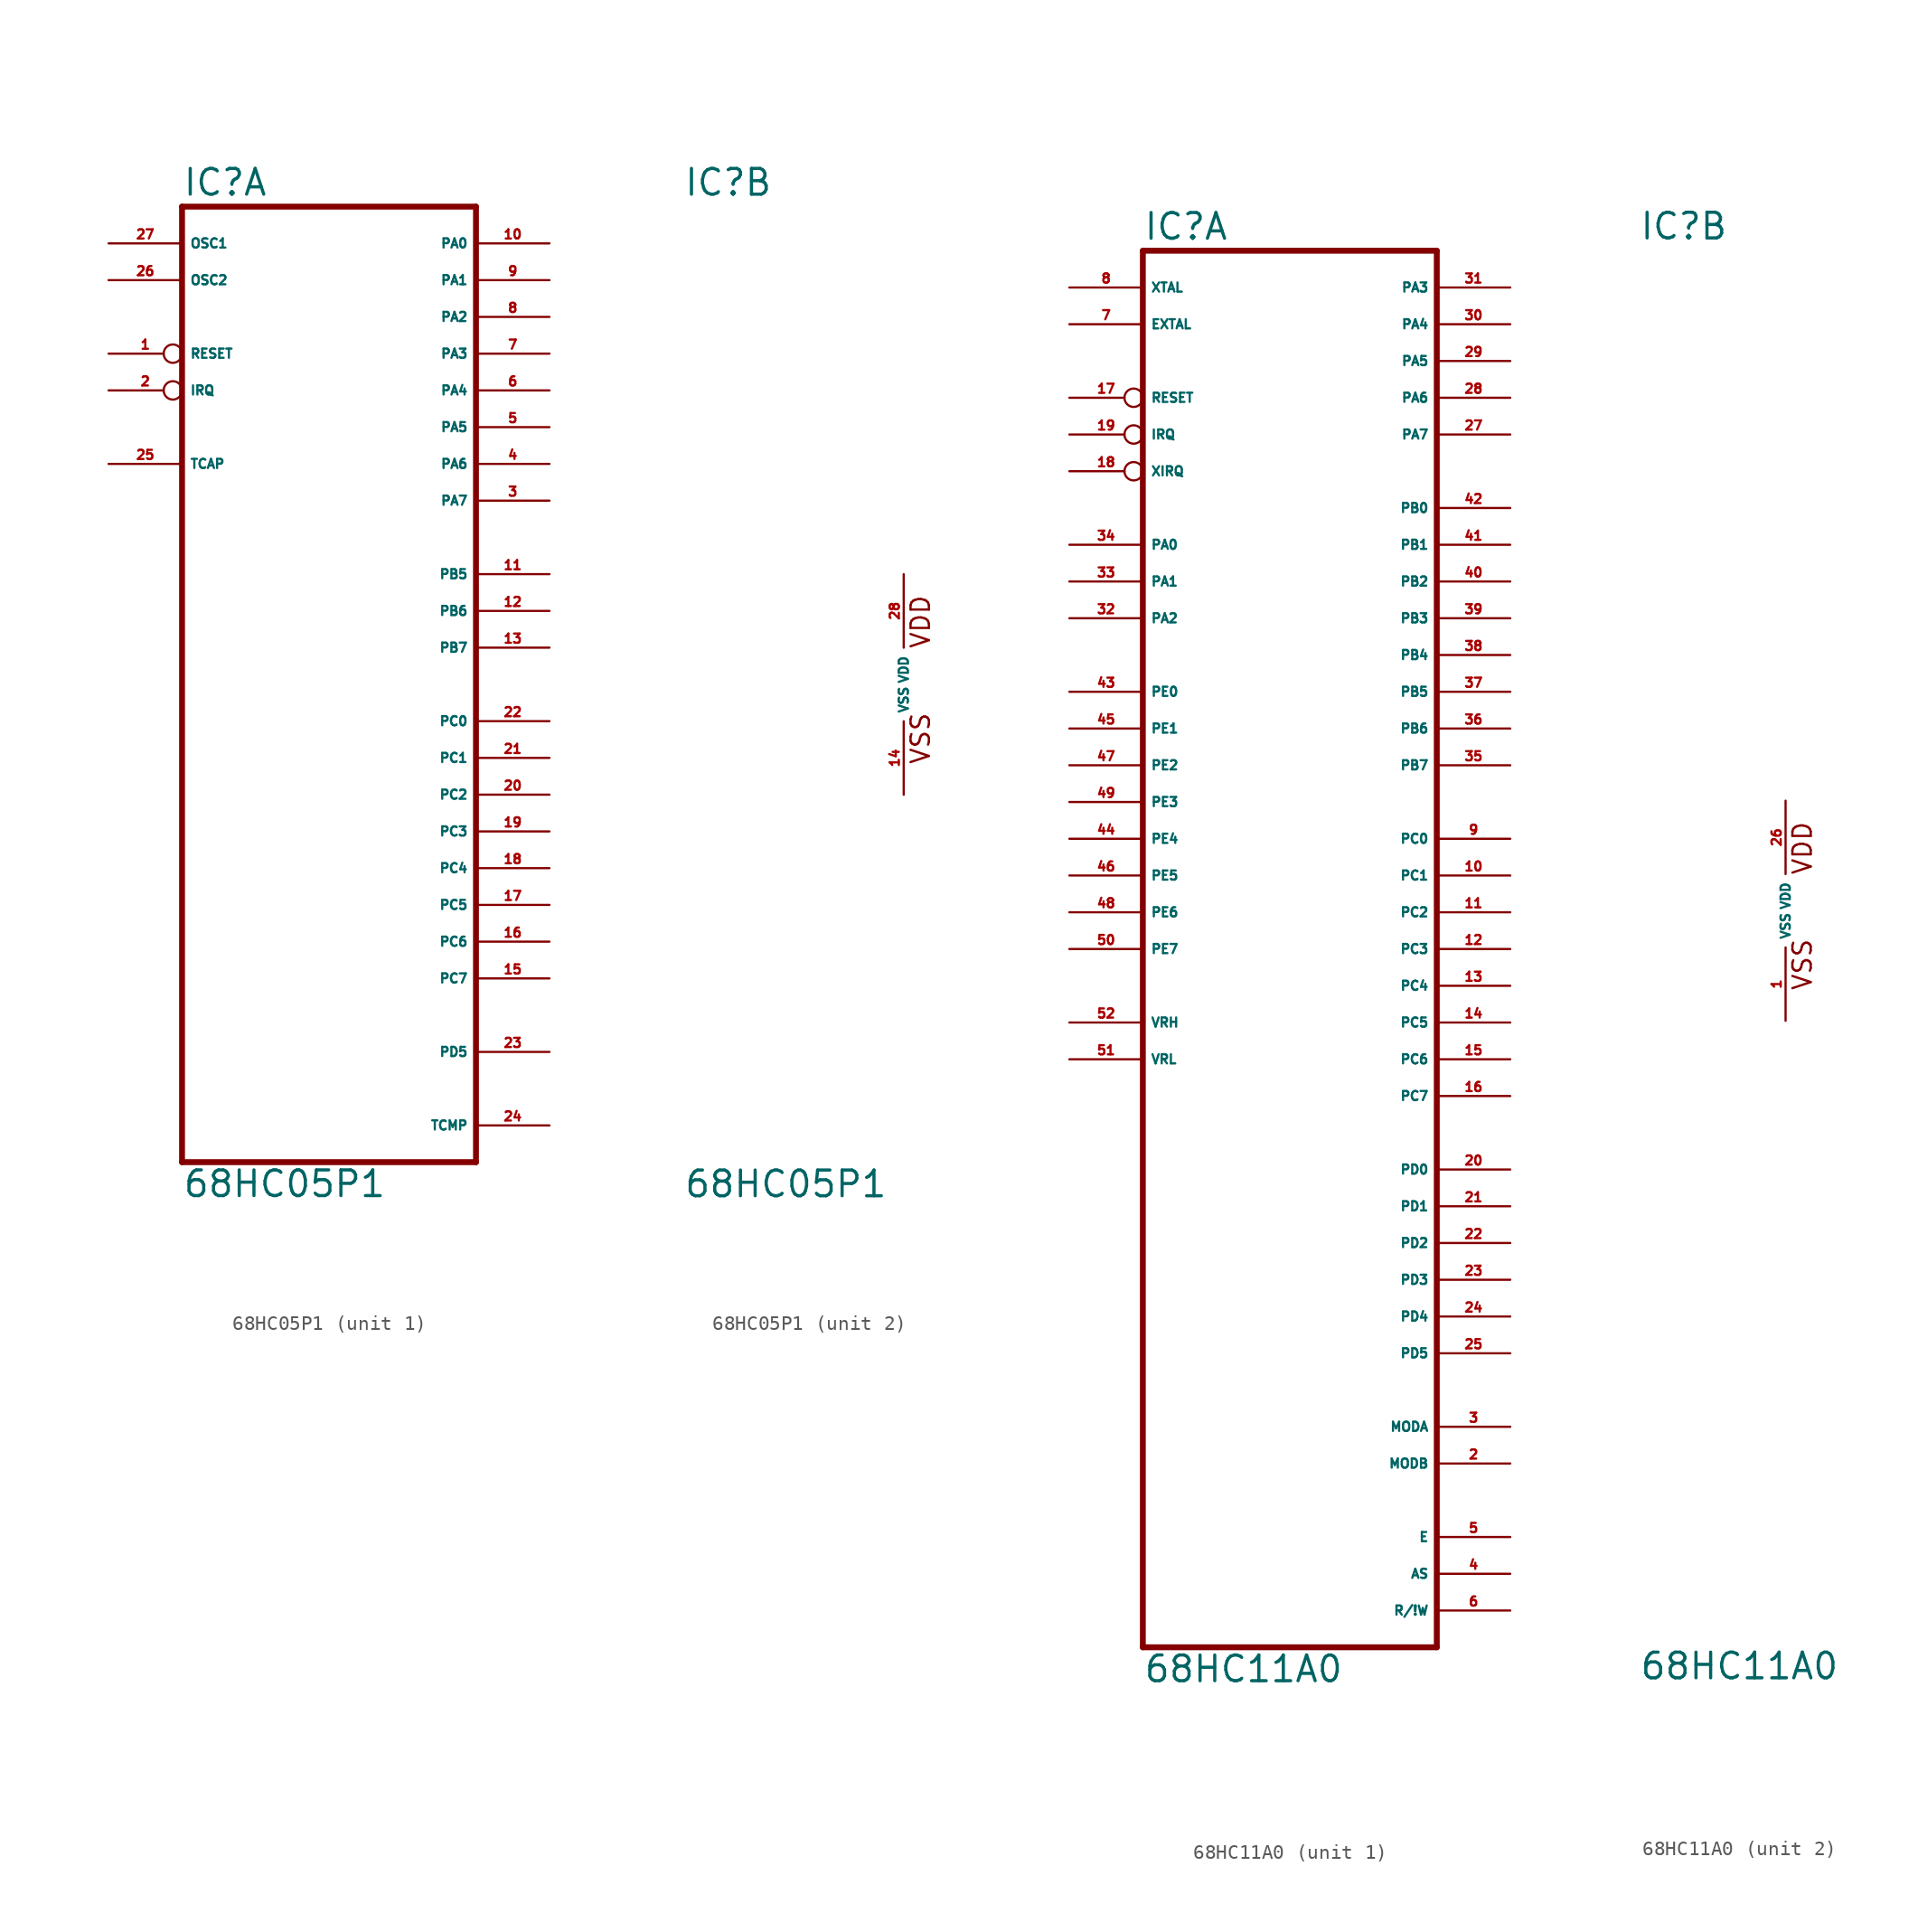
<source format=kicad_sym>
(kicad_symbol_lib
  (version 20220914)
  (generator Eagle2Kicad)
  (symbol "68HC05P1"
    (property "Reference" "IC"
      (at -15.24 33.655 0)
      (effects (font (size 1.778 1.778) (thickness 0.22)) (justify left bottom)))
    (property "Value" "68HC05P1"
      (at -15.24 -35.56 0)
      (effects (font (size 1.778 1.778) (thickness 0.22)) (justify left bottom)))
    (symbol "68HC05P1_1_0"
      (polyline (pts (xy -15.24 -33.02) (xy 5.08 -33.02)) (stroke (width 0.406) (type default)) (fill (type none)))
      (polyline (pts (xy 5.08 -33.02) (xy 5.08 33.02)) (stroke (width 0.406) (type default)) (fill (type none)))
      (polyline (pts (xy 5.08 33.02) (xy -15.24 33.02)) (stroke (width 0.406) (type default)) (fill (type none)))
      (polyline (pts (xy -15.24 33.02) (xy -15.24 -33.02)) (stroke (width 0.406) (type default)) (fill (type none)))
      (pin input inverted (at -20.32 22.86 0) (length 5.08) (name "RESET" (effects (font (size 0.635 0.635) (thickness 0.08)) (justify left bottom))) (number "1" (effects (font (size 0.635 0.635) (thickness 0.08)) (justify left bottom))))
      (pin input inverted (at -20.32 20.32 0) (length 5.08) (name "IRQ" (effects (font (size 0.635 0.635) (thickness 0.08)) (justify left bottom))) (number "2" (effects (font (size 0.635 0.635) (thickness 0.08)) (justify left bottom))))
      (pin bidirectional line (at 10.16 12.7 180) (length 5.08) (name "PA7" (effects (font (size 0.635 0.635) (thickness 0.08)) (justify left bottom))) (number "3" (effects (font (size 0.635 0.635) (thickness 0.08)) (justify left bottom))))
      (pin bidirectional line (at 10.16 15.24 180) (length 5.08) (name "PA6" (effects (font (size 0.635 0.635) (thickness 0.08)) (justify left bottom))) (number "4" (effects (font (size 0.635 0.635) (thickness 0.08)) (justify left bottom))))
      (pin bidirectional line (at 10.16 17.78 180) (length 5.08) (name "PA5" (effects (font (size 0.635 0.635) (thickness 0.08)) (justify left bottom))) (number "5" (effects (font (size 0.635 0.635) (thickness 0.08)) (justify left bottom))))
      (pin bidirectional line (at 10.16 20.32 180) (length 5.08) (name "PA4" (effects (font (size 0.635 0.635) (thickness 0.08)) (justify left bottom))) (number "6" (effects (font (size 0.635 0.635) (thickness 0.08)) (justify left bottom))))
      (pin bidirectional line (at 10.16 22.86 180) (length 5.08) (name "PA3" (effects (font (size 0.635 0.635) (thickness 0.08)) (justify left bottom))) (number "7" (effects (font (size 0.635 0.635) (thickness 0.08)) (justify left bottom))))
      (pin bidirectional line (at 10.16 25.4 180) (length 5.08) (name "PA2" (effects (font (size 0.635 0.635) (thickness 0.08)) (justify left bottom))) (number "8" (effects (font (size 0.635 0.635) (thickness 0.08)) (justify left bottom))))
      (pin bidirectional line (at 10.16 27.94 180) (length 5.08) (name "PA1" (effects (font (size 0.635 0.635) (thickness 0.08)) (justify left bottom))) (number "9" (effects (font (size 0.635 0.635) (thickness 0.08)) (justify left bottom))))
      (pin bidirectional line (at 10.16 30.48 180) (length 5.08) (name "PA0" (effects (font (size 0.635 0.635) (thickness 0.08)) (justify left bottom))) (number "10" (effects (font (size 0.635 0.635) (thickness 0.08)) (justify left bottom))))
      (pin bidirectional line (at 10.16 7.62 180) (length 5.08) (name "PB5" (effects (font (size 0.635 0.635) (thickness 0.08)) (justify left bottom))) (number "11" (effects (font (size 0.635 0.635) (thickness 0.08)) (justify left bottom))))
      (pin bidirectional line (at 10.16 5.08 180) (length 5.08) (name "PB6" (effects (font (size 0.635 0.635) (thickness 0.08)) (justify left bottom))) (number "12" (effects (font (size 0.635 0.635) (thickness 0.08)) (justify left bottom))))
      (pin bidirectional line (at 10.16 2.54 180) (length 5.08) (name "PB7" (effects (font (size 0.635 0.635) (thickness 0.08)) (justify left bottom))) (number "13" (effects (font (size 0.635 0.635) (thickness 0.08)) (justify left bottom))))
      (pin bidirectional line (at 10.16 -20.32 180) (length 5.08) (name "PC7" (effects (font (size 0.635 0.635) (thickness 0.08)) (justify left bottom))) (number "15" (effects (font (size 0.635 0.635) (thickness 0.08)) (justify left bottom))))
      (pin bidirectional line (at 10.16 -17.78 180) (length 5.08) (name "PC6" (effects (font (size 0.635 0.635) (thickness 0.08)) (justify left bottom))) (number "16" (effects (font (size 0.635 0.635) (thickness 0.08)) (justify left bottom))))
      (pin bidirectional line (at 10.16 -15.24 180) (length 5.08) (name "PC5" (effects (font (size 0.635 0.635) (thickness 0.08)) (justify left bottom))) (number "17" (effects (font (size 0.635 0.635) (thickness 0.08)) (justify left bottom))))
      (pin bidirectional line (at 10.16 -12.7 180) (length 5.08) (name "PC4" (effects (font (size 0.635 0.635) (thickness 0.08)) (justify left bottom))) (number "18" (effects (font (size 0.635 0.635) (thickness 0.08)) (justify left bottom))))
      (pin bidirectional line (at 10.16 -10.16 180) (length 5.08) (name "PC3" (effects (font (size 0.635 0.635) (thickness 0.08)) (justify left bottom))) (number "19" (effects (font (size 0.635 0.635) (thickness 0.08)) (justify left bottom))))
      (pin bidirectional line (at 10.16 -7.62 180) (length 5.08) (name "PC2" (effects (font (size 0.635 0.635) (thickness 0.08)) (justify left bottom))) (number "20" (effects (font (size 0.635 0.635) (thickness 0.08)) (justify left bottom))))
      (pin bidirectional line (at 10.16 -5.08 180) (length 5.08) (name "PC1" (effects (font (size 0.635 0.635) (thickness 0.08)) (justify left bottom))) (number "21" (effects (font (size 0.635 0.635) (thickness 0.08)) (justify left bottom))))
      (pin bidirectional line (at 10.16 -2.54 180) (length 5.08) (name "PC0" (effects (font (size 0.635 0.635) (thickness 0.08)) (justify left bottom))) (number "22" (effects (font (size 0.635 0.635) (thickness 0.08)) (justify left bottom))))
      (pin bidirectional line (at 10.16 -25.4 180) (length 5.08) (name "PD5" (effects (font (size 0.635 0.635) (thickness 0.08)) (justify left bottom))) (number "23" (effects (font (size 0.635 0.635) (thickness 0.08)) (justify left bottom))))
      (pin output line (at 10.16 -30.48 180) (length 5.08) (name "TCMP" (effects (font (size 0.635 0.635) (thickness 0.08)) (justify left bottom))) (number "24" (effects (font (size 0.635 0.635) (thickness 0.08)) (justify left bottom))))
      (pin input line (at -20.32 15.24 0) (length 5.08) (name "TCAP" (effects (font (size 0.635 0.635) (thickness 0.08)) (justify left bottom))) (number "25" (effects (font (size 0.635 0.635) (thickness 0.08)) (justify left bottom))))
      (pin passive line (at -20.32 27.94 0) (length 5.08) (name "OSC2" (effects (font (size 0.635 0.635) (thickness 0.08)) (justify left bottom))) (number "26" (effects (font (size 0.635 0.635) (thickness 0.08)) (justify left bottom))))
      (pin input line (at -20.32 30.48 0) (length 5.08) (name "OSC1" (effects (font (size 0.635 0.635) (thickness 0.08)) (justify left bottom))) (number "27" (effects (font (size 0.635 0.635) (thickness 0.08)) (justify left bottom)))))
    (symbol "68HC05P1_2_0"
      (text "VSS" (at 1.905 -5.588 900) (effects (font (size 1.27 1.27) (thickness 0.16)) (justify left bottom)))
      (text "VDD" (at 1.905 2.413 900) (effects (font (size 1.27 1.27) (thickness 0.16)) (justify left bottom)))
      (pin unspecified line (at 0 -7.62 90) (length 5.08) (name "VSS" (effects (font (size 0.635 0.635) (thickness 0.08)) (justify left bottom))) (number "14" (effects (font (size 0.635 0.635) (thickness 0.08)) (justify left bottom))))
      (pin unspecified line (at 0 7.62 270) (length 5.08) (name "VDD" (effects (font (size 0.635 0.635) (thickness 0.08)) (justify left bottom))) (number "28" (effects (font (size 0.635 0.635) (thickness 0.08)) (justify left bottom))))))
  (symbol "68HC11A0"
    (property "Reference" "IC"
      (at -10.16 46.355 0)
      (effects (font (size 1.778 1.778) (thickness 0.22)) (justify left bottom)))
    (property "Value" "68HC11A0"
      (at -10.16 -53.34 0)
      (effects (font (size 1.778 1.778) (thickness 0.22)) (justify left bottom)))
    (symbol "68HC11A0_1_0"
      (polyline (pts (xy -10.16 -50.8) (xy 10.16 -50.8)) (stroke (width 0.406) (type default)) (fill (type none)))
      (polyline (pts (xy 10.16 -50.8) (xy 10.16 45.72)) (stroke (width 0.406) (type default)) (fill (type none)))
      (polyline (pts (xy 10.16 45.72) (xy -10.16 45.72)) (stroke (width 0.406) (type default)) (fill (type none)))
      (polyline (pts (xy -10.16 45.72) (xy -10.16 -50.8)) (stroke (width 0.406) (type default)) (fill (type none)))
      (pin bidirectional line (at 15.24 33.02 180) (length 5.08) (name "PA7" (effects (font (size 0.635 0.635) (thickness 0.08)) (justify left bottom))) (number "27" (effects (font (size 0.635 0.635) (thickness 0.08)) (justify left bottom))))
      (pin output line (at 15.24 35.56 180) (length 5.08) (name "PA6" (effects (font (size 0.635 0.635) (thickness 0.08)) (justify left bottom))) (number "28" (effects (font (size 0.635 0.635) (thickness 0.08)) (justify left bottom))))
      (pin output line (at 15.24 38.1 180) (length 5.08) (name "PA5" (effects (font (size 0.635 0.635) (thickness 0.08)) (justify left bottom))) (number "29" (effects (font (size 0.635 0.635) (thickness 0.08)) (justify left bottom))))
      (pin output line (at 15.24 40.64 180) (length 5.08) (name "PA4" (effects (font (size 0.635 0.635) (thickness 0.08)) (justify left bottom))) (number "30" (effects (font (size 0.635 0.635) (thickness 0.08)) (justify left bottom))))
      (pin output line (at 15.24 43.18 180) (length 5.08) (name "PA3" (effects (font (size 0.635 0.635) (thickness 0.08)) (justify left bottom))) (number "31" (effects (font (size 0.635 0.635) (thickness 0.08)) (justify left bottom))))
      (pin input line (at -15.24 20.32 0) (length 5.08) (name "PA2" (effects (font (size 0.635 0.635) (thickness 0.08)) (justify left bottom))) (number "32" (effects (font (size 0.635 0.635) (thickness 0.08)) (justify left bottom))))
      (pin input line (at -15.24 22.86 0) (length 5.08) (name "PA1" (effects (font (size 0.635 0.635) (thickness 0.08)) (justify left bottom))) (number "33" (effects (font (size 0.635 0.635) (thickness 0.08)) (justify left bottom))))
      (pin input line (at -15.24 25.4 0) (length 5.08) (name "PA0" (effects (font (size 0.635 0.635) (thickness 0.08)) (justify left bottom))) (number "34" (effects (font (size 0.635 0.635) (thickness 0.08)) (justify left bottom))))
      (pin output line (at 15.24 10.16 180) (length 5.08) (name "PB7" (effects (font (size 0.635 0.635) (thickness 0.08)) (justify left bottom))) (number "35" (effects (font (size 0.635 0.635) (thickness 0.08)) (justify left bottom))))
      (pin output line (at 15.24 12.7 180) (length 5.08) (name "PB6" (effects (font (size 0.635 0.635) (thickness 0.08)) (justify left bottom))) (number "36" (effects (font (size 0.635 0.635) (thickness 0.08)) (justify left bottom))))
      (pin output line (at 15.24 15.24 180) (length 5.08) (name "PB5" (effects (font (size 0.635 0.635) (thickness 0.08)) (justify left bottom))) (number "37" (effects (font (size 0.635 0.635) (thickness 0.08)) (justify left bottom))))
      (pin output line (at 15.24 17.78 180) (length 5.08) (name "PB4" (effects (font (size 0.635 0.635) (thickness 0.08)) (justify left bottom))) (number "38" (effects (font (size 0.635 0.635) (thickness 0.08)) (justify left bottom))))
      (pin output line (at 15.24 20.32 180) (length 5.08) (name "PB3" (effects (font (size 0.635 0.635) (thickness 0.08)) (justify left bottom))) (number "39" (effects (font (size 0.635 0.635) (thickness 0.08)) (justify left bottom))))
      (pin output line (at 15.24 22.86 180) (length 5.08) (name "PB2" (effects (font (size 0.635 0.635) (thickness 0.08)) (justify left bottom))) (number "40" (effects (font (size 0.635 0.635) (thickness 0.08)) (justify left bottom))))
      (pin output line (at 15.24 25.4 180) (length 5.08) (name "PB1" (effects (font (size 0.635 0.635) (thickness 0.08)) (justify left bottom))) (number "41" (effects (font (size 0.635 0.635) (thickness 0.08)) (justify left bottom))))
      (pin output line (at 15.24 27.94 180) (length 5.08) (name "PB0" (effects (font (size 0.635 0.635) (thickness 0.08)) (justify left bottom))) (number "42" (effects (font (size 0.635 0.635) (thickness 0.08)) (justify left bottom))))
      (pin input line (at -15.24 15.24 0) (length 5.08) (name "PE0" (effects (font (size 0.635 0.635) (thickness 0.08)) (justify left bottom))) (number "43" (effects (font (size 0.635 0.635) (thickness 0.08)) (justify left bottom))))
      (pin input line (at -15.24 12.7 0) (length 5.08) (name "PE1" (effects (font (size 0.635 0.635) (thickness 0.08)) (justify left bottom))) (number "45" (effects (font (size 0.635 0.635) (thickness 0.08)) (justify left bottom))))
      (pin input line (at -15.24 10.16 0) (length 5.08) (name "PE2" (effects (font (size 0.635 0.635) (thickness 0.08)) (justify left bottom))) (number "47" (effects (font (size 0.635 0.635) (thickness 0.08)) (justify left bottom))))
      (pin input line (at -15.24 7.62 0) (length 5.08) (name "PE3" (effects (font (size 0.635 0.635) (thickness 0.08)) (justify left bottom))) (number "49" (effects (font (size 0.635 0.635) (thickness 0.08)) (justify left bottom))))
      (pin input line (at -15.24 -10.16 0) (length 5.08) (name "VRL" (effects (font (size 0.635 0.635) (thickness 0.08)) (justify left bottom))) (number "51" (effects (font (size 0.635 0.635) (thickness 0.08)) (justify left bottom))))
      (pin input line (at -15.24 -7.62 0) (length 5.08) (name "VRH" (effects (font (size 0.635 0.635) (thickness 0.08)) (justify left bottom))) (number "52" (effects (font (size 0.635 0.635) (thickness 0.08)) (justify left bottom))))
      (pin bidirectional line (at 15.24 -38.1 180) (length 5.08) (name "MODB" (effects (font (size 0.635 0.635) (thickness 0.08)) (justify left bottom))) (number "2" (effects (font (size 0.635 0.635) (thickness 0.08)) (justify left bottom))))
      (pin bidirectional line (at 15.24 -35.56 180) (length 5.08) (name "MODA" (effects (font (size 0.635 0.635) (thickness 0.08)) (justify left bottom))) (number "3" (effects (font (size 0.635 0.635) (thickness 0.08)) (justify left bottom))))
      (pin bidirectional line (at 15.24 -45.72 180) (length 5.08) (name "AS" (effects (font (size 0.635 0.635) (thickness 0.08)) (justify left bottom))) (number "4" (effects (font (size 0.635 0.635) (thickness 0.08)) (justify left bottom))))
      (pin output line (at 15.24 -43.18 180) (length 5.08) (name "E" (effects (font (size 0.635 0.635) (thickness 0.08)) (justify left bottom))) (number "5" (effects (font (size 0.635 0.635) (thickness 0.08)) (justify left bottom))))
      (pin bidirectional line (at 15.24 -48.26 180) (length 5.08) (name "R/!W" (effects (font (size 0.635 0.635) (thickness 0.08)) (justify left bottom))) (number "6" (effects (font (size 0.635 0.635) (thickness 0.08)) (justify left bottom))))
      (pin bidirectional line (at -15.24 40.64 0) (length 5.08) (name "EXTAL" (effects (font (size 0.635 0.635) (thickness 0.08)) (justify left bottom))) (number "7" (effects (font (size 0.635 0.635) (thickness 0.08)) (justify left bottom))))
      (pin output line (at -15.24 43.18 0) (length 5.08) (name "XTAL" (effects (font (size 0.635 0.635) (thickness 0.08)) (justify left bottom))) (number "8" (effects (font (size 0.635 0.635) (thickness 0.08)) (justify left bottom))))
      (pin bidirectional line (at 15.24 5.08 180) (length 5.08) (name "PC0" (effects (font (size 0.635 0.635) (thickness 0.08)) (justify left bottom))) (number "9" (effects (font (size 0.635 0.635) (thickness 0.08)) (justify left bottom))))
      (pin bidirectional line (at 15.24 2.54 180) (length 5.08) (name "PC1" (effects (font (size 0.635 0.635) (thickness 0.08)) (justify left bottom))) (number "10" (effects (font (size 0.635 0.635) (thickness 0.08)) (justify left bottom))))
      (pin bidirectional line (at 15.24 0 180) (length 5.08) (name "PC2" (effects (font (size 0.635 0.635) (thickness 0.08)) (justify left bottom))) (number "11" (effects (font (size 0.635 0.635) (thickness 0.08)) (justify left bottom))))
      (pin bidirectional line (at 15.24 -2.54 180) (length 5.08) (name "PC3" (effects (font (size 0.635 0.635) (thickness 0.08)) (justify left bottom))) (number "12" (effects (font (size 0.635 0.635) (thickness 0.08)) (justify left bottom))))
      (pin bidirectional line (at 15.24 -5.08 180) (length 5.08) (name "PC4" (effects (font (size 0.635 0.635) (thickness 0.08)) (justify left bottom))) (number "13" (effects (font (size 0.635 0.635) (thickness 0.08)) (justify left bottom))))
      (pin bidirectional line (at 15.24 -7.62 180) (length 5.08) (name "PC5" (effects (font (size 0.635 0.635) (thickness 0.08)) (justify left bottom))) (number "14" (effects (font (size 0.635 0.635) (thickness 0.08)) (justify left bottom))))
      (pin bidirectional line (at 15.24 -10.16 180) (length 5.08) (name "PC6" (effects (font (size 0.635 0.635) (thickness 0.08)) (justify left bottom))) (number "15" (effects (font (size 0.635 0.635) (thickness 0.08)) (justify left bottom))))
      (pin bidirectional line (at 15.24 -12.7 180) (length 5.08) (name "PC7" (effects (font (size 0.635 0.635) (thickness 0.08)) (justify left bottom))) (number "16" (effects (font (size 0.635 0.635) (thickness 0.08)) (justify left bottom))))
      (pin bidirectional inverted (at -15.24 35.56 0) (length 5.08) (name "RESET" (effects (font (size 0.635 0.635) (thickness 0.08)) (justify left bottom))) (number "17" (effects (font (size 0.635 0.635) (thickness 0.08)) (justify left bottom))))
      (pin input inverted (at -15.24 30.48 0) (length 5.08) (name "XIRQ" (effects (font (size 0.635 0.635) (thickness 0.08)) (justify left bottom))) (number "18" (effects (font (size 0.635 0.635) (thickness 0.08)) (justify left bottom))))
      (pin input inverted (at -15.24 33.02 0) (length 5.08) (name "IRQ" (effects (font (size 0.635 0.635) (thickness 0.08)) (justify left bottom))) (number "19" (effects (font (size 0.635 0.635) (thickness 0.08)) (justify left bottom))))
      (pin bidirectional line (at 15.24 -17.78 180) (length 5.08) (name "PD0" (effects (font (size 0.635 0.635) (thickness 0.08)) (justify left bottom))) (number "20" (effects (font (size 0.635 0.635) (thickness 0.08)) (justify left bottom))))
      (pin bidirectional line (at 15.24 -20.32 180) (length 5.08) (name "PD1" (effects (font (size 0.635 0.635) (thickness 0.08)) (justify left bottom))) (number "21" (effects (font (size 0.635 0.635) (thickness 0.08)) (justify left bottom))))
      (pin bidirectional line (at 15.24 -22.86 180) (length 5.08) (name "PD2" (effects (font (size 0.635 0.635) (thickness 0.08)) (justify left bottom))) (number "22" (effects (font (size 0.635 0.635) (thickness 0.08)) (justify left bottom))))
      (pin bidirectional line (at 15.24 -25.4 180) (length 5.08) (name "PD3" (effects (font (size 0.635 0.635) (thickness 0.08)) (justify left bottom))) (number "23" (effects (font (size 0.635 0.635) (thickness 0.08)) (justify left bottom))))
      (pin bidirectional line (at 15.24 -27.94 180) (length 5.08) (name "PD4" (effects (font (size 0.635 0.635) (thickness 0.08)) (justify left bottom))) (number "24" (effects (font (size 0.635 0.635) (thickness 0.08)) (justify left bottom))))
      (pin bidirectional line (at 15.24 -30.48 180) (length 5.08) (name "PD5" (effects (font (size 0.635 0.635) (thickness 0.08)) (justify left bottom))) (number "25" (effects (font (size 0.635 0.635) (thickness 0.08)) (justify left bottom))))
      (pin input line (at -15.24 5.08 0) (length 5.08) (name "PE4" (effects (font (size 0.635 0.635) (thickness 0.08)) (justify left bottom))) (number "44" (effects (font (size 0.635 0.635) (thickness 0.08)) (justify left bottom))))
      (pin input line (at -15.24 2.54 0) (length 5.08) (name "PE5" (effects (font (size 0.635 0.635) (thickness 0.08)) (justify left bottom))) (number "46" (effects (font (size 0.635 0.635) (thickness 0.08)) (justify left bottom))))
      (pin input line (at -15.24 0 0) (length 5.08) (name "PE6" (effects (font (size 0.635 0.635) (thickness 0.08)) (justify left bottom))) (number "48" (effects (font (size 0.635 0.635) (thickness 0.08)) (justify left bottom))))
      (pin input line (at -15.24 -2.54 0) (length 5.08) (name "PE7" (effects (font (size 0.635 0.635) (thickness 0.08)) (justify left bottom))) (number "50" (effects (font (size 0.635 0.635) (thickness 0.08)) (justify left bottom)))))
    (symbol "68HC11A0_2_0"
      (text "VSS" (at 1.905 -5.588 900) (effects (font (size 1.27 1.27) (thickness 0.16)) (justify left bottom)))
      (text "VDD" (at 1.905 2.413 900) (effects (font (size 1.27 1.27) (thickness 0.16)) (justify left bottom)))
      (pin unspecified line (at 0 -7.62 90) (length 5.08) (name "VSS" (effects (font (size 0.635 0.635) (thickness 0.08)) (justify left bottom))) (number "1" (effects (font (size 0.635 0.635) (thickness 0.08)) (justify left bottom))))
      (pin unspecified line (at 0 7.62 270) (length 5.08) (name "VDD" (effects (font (size 0.635 0.635) (thickness 0.08)) (justify left bottom))) (number "26" (effects (font (size 0.635 0.635) (thickness 0.08)) (justify left bottom)))))))
</source>
